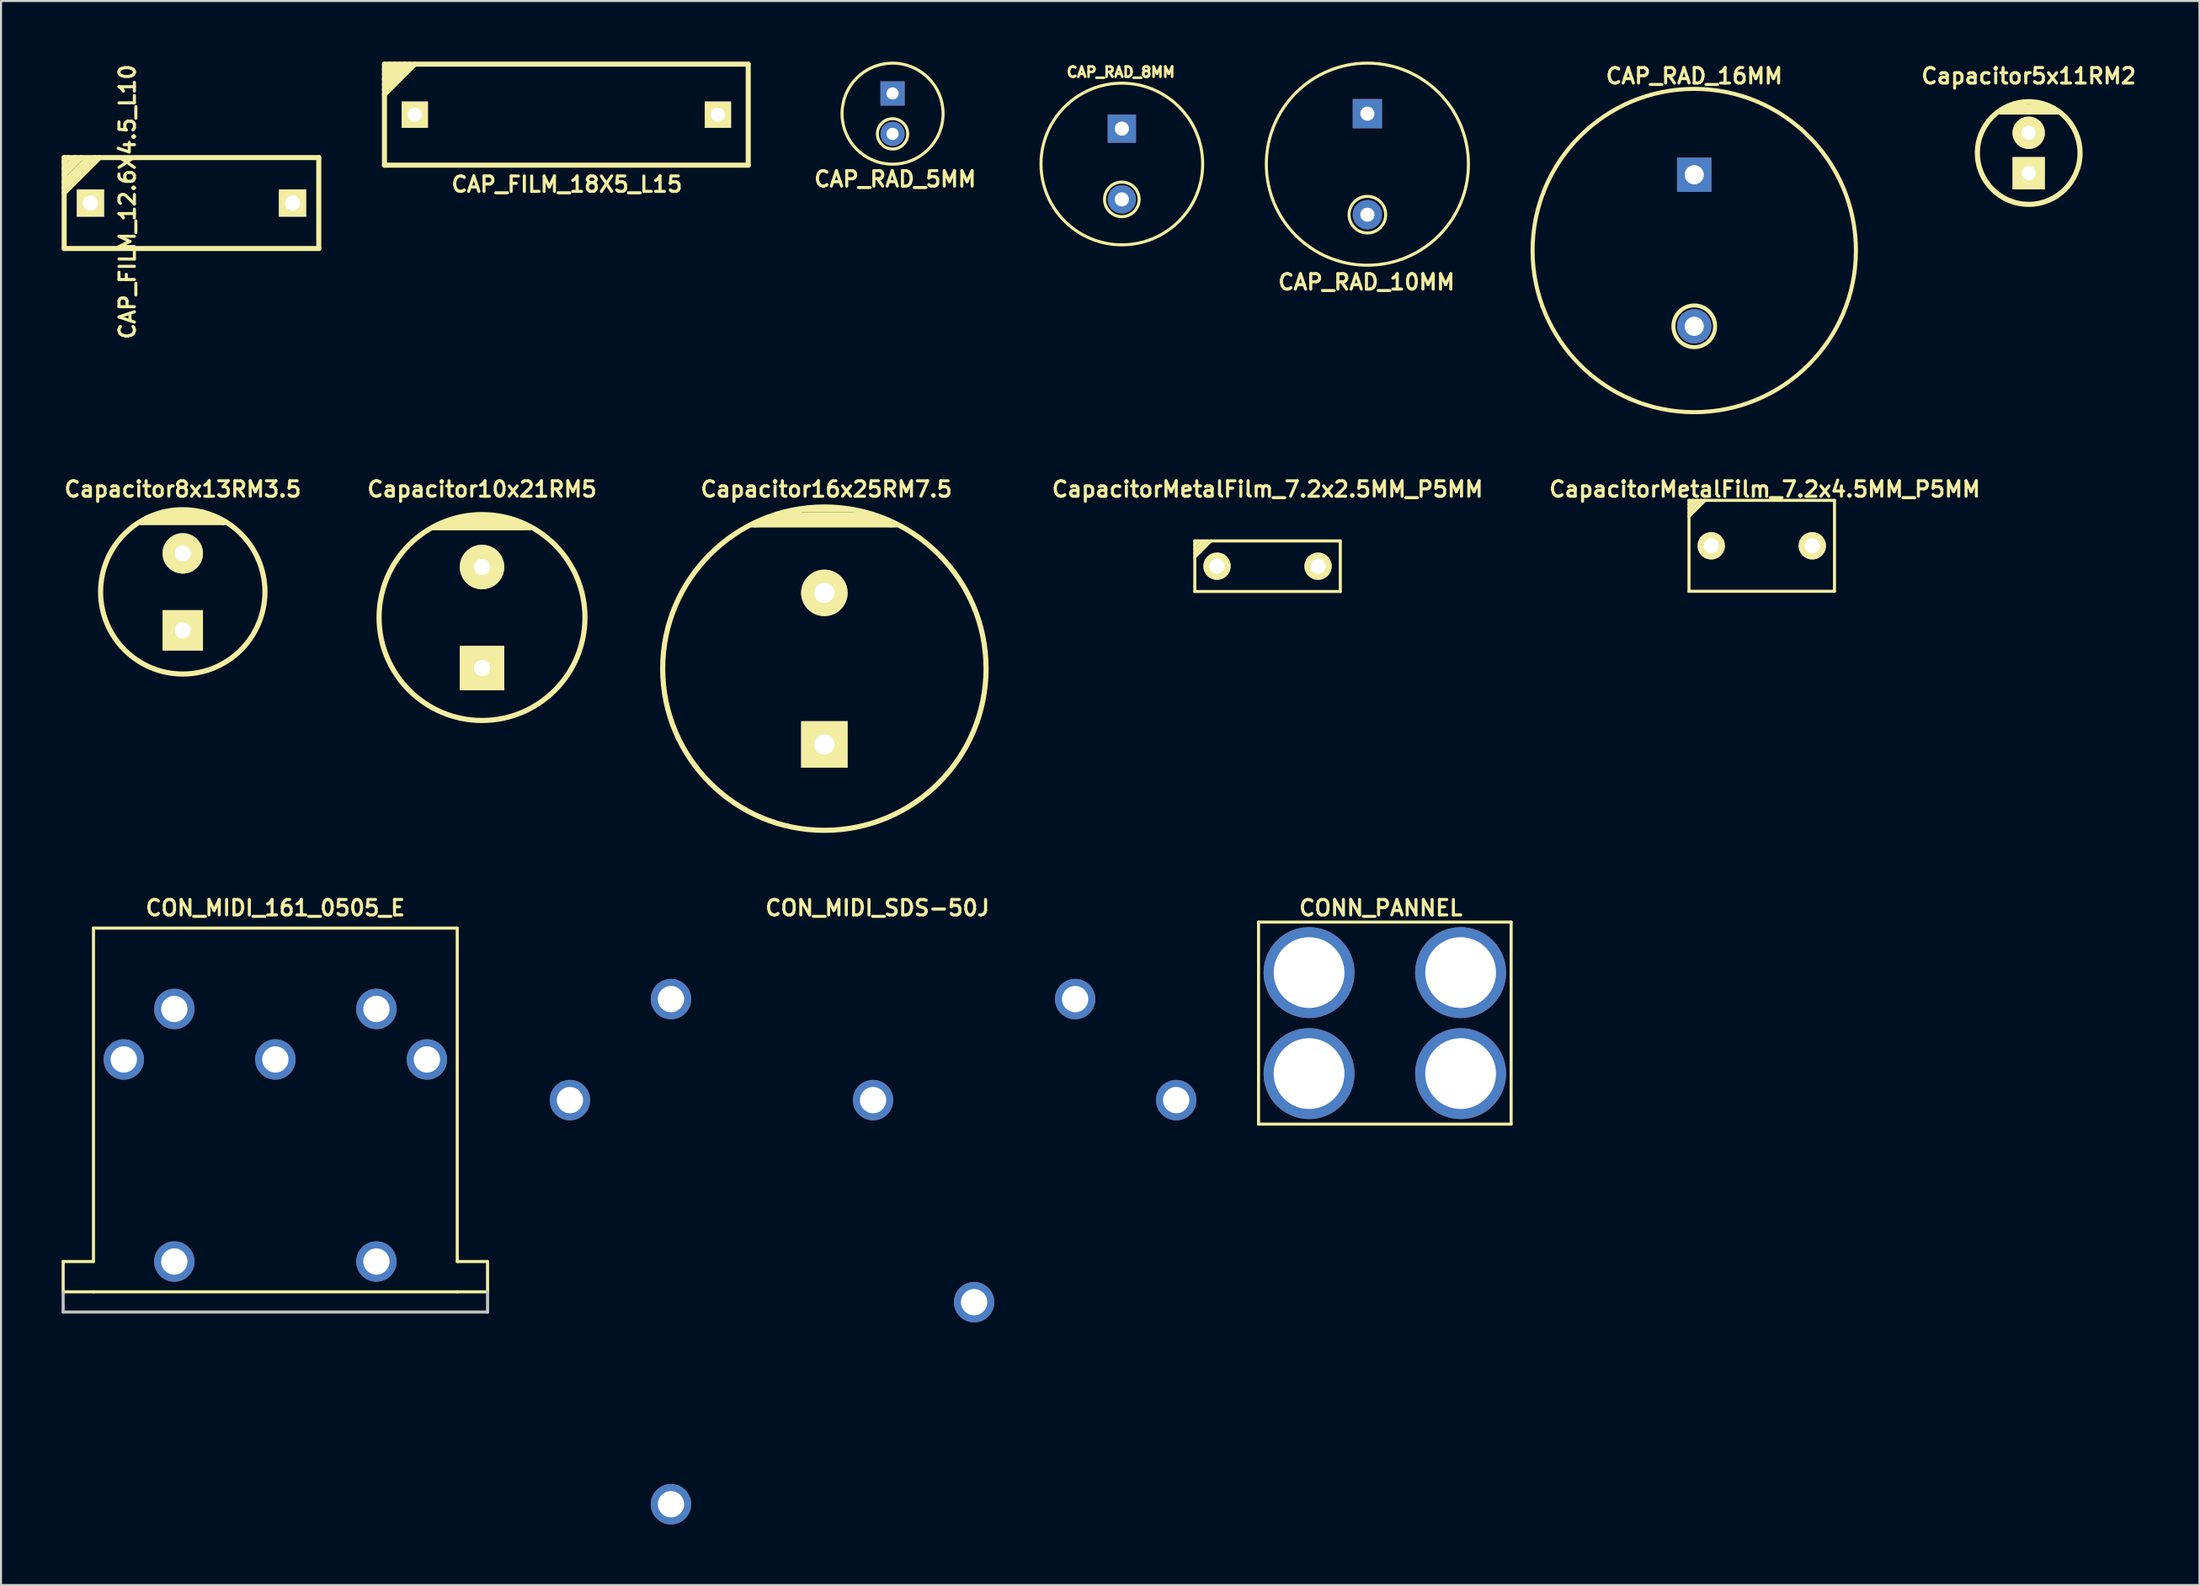
<source format=kicad_pcb>
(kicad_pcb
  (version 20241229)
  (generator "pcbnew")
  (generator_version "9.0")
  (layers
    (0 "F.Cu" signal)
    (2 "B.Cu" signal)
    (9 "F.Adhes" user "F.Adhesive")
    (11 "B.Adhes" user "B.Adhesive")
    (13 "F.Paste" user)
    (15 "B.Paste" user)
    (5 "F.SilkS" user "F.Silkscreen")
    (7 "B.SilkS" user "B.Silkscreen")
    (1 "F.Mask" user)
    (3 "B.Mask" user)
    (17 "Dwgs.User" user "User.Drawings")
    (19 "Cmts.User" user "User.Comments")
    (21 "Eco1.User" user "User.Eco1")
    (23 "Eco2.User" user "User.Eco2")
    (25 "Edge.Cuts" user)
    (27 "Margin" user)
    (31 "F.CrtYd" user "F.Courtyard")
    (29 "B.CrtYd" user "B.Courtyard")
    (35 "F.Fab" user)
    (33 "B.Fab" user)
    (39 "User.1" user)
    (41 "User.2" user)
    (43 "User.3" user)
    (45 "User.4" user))
  (footprint "CONN_PANNEL"
    (layer "F.Cu")
    (at 65.477 47.584)
    (property "Reference" "CONN_PANNEL" (at -0.2 -5.7 0) (layer "F.SilkS") (effects (font (size 0.762 0.762) (thickness 0.152))))
    (attr through_hole)
    (fp_line (start -6.25 -5) (end 6.25 -5) (stroke (width 0.15) (type solid)) (layer "F.SilkS"))
    (fp_line (start -6.25 5) (end -6.25 -5) (stroke (width 0.15) (type solid)) (layer "F.SilkS"))
    (fp_line (start 6.25 -5) (end 6.25 5) (stroke (width 0.15) (type solid)) (layer "F.SilkS"))
    (fp_line (start 6.25 5) (end -6.25 5) (stroke (width 0.15) (type solid)) (layer "F.SilkS"))
    (pad "1" thru_hole circle (at -3.75 -2.5 180) (size 4.5 4.5) (drill 3.5) (layers "*.Cu" "*.Mask"))
    (pad "1" thru_hole circle (at -3.75 2.5 180) (size 4.5 4.5) (drill 3.5) (layers "*.Cu" "*.Mask"))
    (pad "1" thru_hole circle (at 3.75 -2.5 180) (size 4.5 4.5) (drill 3.5) (layers "*.Cu" "*.Mask"))
    (pad "1" thru_hole circle (at 3.75 2.5 180) (size 4.5 4.5) (drill 3.5) (layers "*.Cu" "*.Mask")))
  (footprint "CAP_RAD_10MM"
    (layer "F.Cu")
    (at 64.613 5.075)
    (property "Reference" "CAP_RAD_10MM" (at -0.046 5.837 0) (layer "F.SilkS") (effects (font (size 0.762 0.762) (thickness 0.152))))
    (attr smd)
    (fp_circle (center 0 0) (end 5 0) (stroke (width 0.15) (type solid)) (fill no) (layer "F.SilkS"))
    (fp_circle (center 0 2.5) (end 0.9 2.4) (stroke (width 0.15) (type solid)) (fill no) (layer "F.SilkS"))
    (pad "1" thru_hole rect (at 0 -2.5 180) (size 1.45 1.45) (drill 0.7) (layers "*.Cu" "*.Mask"))
    (pad "2" thru_hole circle (at 0 2.5 180) (size 1.45 1.45) (drill 0.7) (layers "*.Cu" "*.Mask")))
  (footprint "CAP_RAD_16MM"
    (layer "F.Cu")
    (at 80.788 9.349)
    (property "Reference" "CAP_RAD_16MM" (at 0 -8.636 0) (layer "F.SilkS") (effects (font (size 0.762 0.762) (thickness 0.152))))
    (attr smd)
    (fp_circle (center 0 0) (end 8 0) (stroke (width 0.2) (type solid)) (fill no) (layer "F.SilkS"))
    (fp_circle (center 0 3.75) (end 1 3.5) (stroke (width 0.2) (type solid)) (fill no) (layer "F.SilkS"))
    (pad "1" thru_hole rect (at 0 -3.75 180) (size 1.7 1.7) (drill 0.95) (layers "*.Cu" "*.Mask"))
    (pad "2" thru_hole circle (at 0 3.75 180) (size 1.7 1.7) (drill 0.95) (layers "*.Cu" "*.Mask")))
  (footprint "CAP_RAD_5MM"
    (layer "F.Cu")
    (at 41.117 2.575)
    (property "Reference" "CAP_RAD_5MM" (at 0.127 3.239 0) (layer "F.SilkS") (effects (font (size 0.762 0.762) (thickness 0.152))))
    (attr smd)
    (fp_circle (center 0 0) (end 2.5 0) (stroke (width 0.15) (type solid)) (fill no) (layer "F.SilkS"))
    (fp_circle (center 0 1) (end 0.75 1) (stroke (width 0.15) (type solid)) (fill no) (layer "F.SilkS"))
    (pad "1" thru_hole rect (at 0 -1 180) (size 1.2 1.2) (drill 0.6) (layers "*.Cu" "*.Mask"))
    (pad "2" thru_hole circle (at 0 1 180) (size 1.2 1.2) (drill 0.6) (layers "*.Cu" "*.Mask")))
  (footprint "Capacitor8x13RM3.5"
    (layer "F.Cu")
    (at 5.994 26.242)
    (property "Reference" "Capacitor8x13RM3.5" (at 0 -5.08 0) (layer "F.SilkS") (effects (font (size 0.762 0.762) (thickness 0.152))))
    (attr through_hole)
    (fp_line (start -2.032 -3.429) (end -1.651 -3.556) (stroke (width 0.254) (type solid)) (layer "F.SilkS"))
    (fp_line (start -1.651 -3.556) (end 1.651 -3.556) (stroke (width 0.254) (type solid)) (layer "F.SilkS"))
    (fp_line (start -1.524 -3.683) (end 1.524 -3.683) (stroke (width 0.254) (type solid)) (layer "F.SilkS"))
    (fp_line (start -1.016 -3.81) (end 1.016 -3.81) (stroke (width 0.254) (type solid)) (layer "F.SilkS"))
    (fp_line (start 1.016 -3.937) (end -1.016 -3.937) (stroke (width 0.254) (type solid)) (layer "F.SilkS"))
    (fp_line (start 1.651 -3.556) (end 2.032 -3.429) (stroke (width 0.254) (type solid)) (layer "F.SilkS"))
    (fp_line (start 2.032 -3.429) (end -2.032 -3.429) (stroke (width 0.254) (type solid)) (layer "F.SilkS"))
    (fp_circle (center 0 0) (end -4.064 0.127) (stroke (width 0.254) (type solid)) (fill no) (layer "F.SilkS"))
    (pad "1" thru_hole rect (at 0 1.905) (size 1.999 1.999) (drill 0.8) (layers "*.Cu" "*.Mask" "F.SilkS"))
    (pad "2" thru_hole circle (at 0 -1.905) (size 1.999 1.999) (drill 0.8) (layers "*.Cu" "*.Mask" "F.SilkS")))
  (footprint "CAP_FILM_18X5_L15"
    (layer "F.Cu")
    (at 24.975 2.625)
    (property "Reference" "CAP_FILM_18X5_L15" (at 0.027 3.45 0) (layer "F.SilkS") (effects (font (size 0.762 0.762) (thickness 0.152))))
    (attr through_hole)
    (fp_line (start -9 -2.5) (end 9 -2.5) (stroke (width 0.25) (type solid)) (layer "F.SilkS"))
    (fp_line (start -9 -2.25) (end -8.75 -2.5) (stroke (width 0.25) (type solid)) (layer "F.SilkS"))
    (fp_line (start -9 -2) (end -8.5 -2.5) (stroke (width 0.25) (type solid)) (layer "F.SilkS"))
    (fp_line (start -9 -1.75) (end -8.25 -2.5) (stroke (width 0.25) (type solid)) (layer "F.SilkS"))
    (fp_line (start -9 -1.5) (end -8 -2.5) (stroke (width 0.25) (type solid)) (layer "F.SilkS"))
    (fp_line (start -9 -1.25) (end -7.75 -2.5) (stroke (width 0.25) (type solid)) (layer "F.SilkS"))
    (fp_line (start -9 -1) (end -7.5 -2.5) (stroke (width 0.25) (type solid)) (layer "F.SilkS"))
    (fp_line (start -9 2.5) (end -9 -2.5) (stroke (width 0.25) (type solid)) (layer "F.SilkS"))
    (fp_line (start -9 2.5) (end 9 2.5) (stroke (width 0.25) (type solid)) (layer "F.SilkS"))
    (fp_line (start 9 2.5) (end 9 -2.5) (stroke (width 0.25) (type solid)) (layer "F.SilkS"))
    (pad "1" thru_hole rect (at -7.5 0) (size 1.3 1.3) (drill 0.7) (layers "*.Cu" "*.Mask" "F.SilkS"))
    (pad "2" thru_hole rect (at 7.5 0) (size 1.3 1.3) (drill 0.7) (layers "*.Cu" "*.Mask" "F.SilkS")))
  (footprint "CAP_FILM_12.6X4.5_L10"
    (layer "F.Cu")
    (at 6.425 6.998)
    (property "Reference" "CAP_FILM_12.6X4.5_L10" (at -3.17 -0.06 90) (layer "F.SilkS") (effects (font (size 0.762 0.762) (thickness 0.152))))
    (attr through_hole)
    (fp_line (start -6.3 -2.25) (end 6.3 -2.25) (stroke (width 0.25) (type solid)) (layer "F.SilkS"))
    (fp_line (start -6.3 -2.05) (end -6.1 -2.25) (stroke (width 0.25) (type solid)) (layer "F.SilkS"))
    (fp_line (start -6.3 -1.4) (end -5.45 -2.25) (stroke (width 0.25) (type solid)) (layer "F.SilkS"))
    (fp_line (start -6.3 -0.75) (end -4.8 -2.25) (stroke (width 0.25) (type solid)) (layer "F.SilkS"))
    (fp_line (start -6.3 -0.5) (end -4.55 -2.25) (stroke (width 0.25) (type solid)) (layer "F.SilkS"))
    (fp_line (start -6.3 2.25) (end -6.3 -2.25) (stroke (width 0.25) (type solid)) (layer "F.SilkS"))
    (fp_line (start -5.75 -2.25) (end -6.3 -1.7) (stroke (width 0.25) (type solid)) (layer "F.SilkS"))
    (fp_line (start -5.15 -2.2) (end -6.3 -1.05) (stroke (width 0.25) (type solid)) (layer "F.SilkS"))
    (fp_line (start 6.3 -2.25) (end 6.3 2.25) (stroke (width 0.25) (type solid)) (layer "F.SilkS"))
    (fp_line (start 6.3 2.25) (end -6.3 2.25) (stroke (width 0.25) (type solid)) (layer "F.SilkS"))
    (pad "1" thru_hole rect (at -5 0) (size 1.35 1.35) (drill 0.75) (layers "*.Cu" "*.Mask" "F.SilkS"))
    (pad "2" thru_hole rect (at 5 0) (size 1.35 1.35) (drill 0.75) (layers "*.Cu" "*.Mask" "F.SilkS")))
  (footprint "CAP_RAD_8MM"
    (layer "F.Cu")
    (at 52.463 5.067)
    (property "Reference" "CAP_RAD_8MM" (at -0.051 -4.547 0) (layer "F.SilkS") (effects (font (size 0.508 0.508) (thickness 0.127))))
    (attr smd)
    (fp_circle (center 0 0) (end 4 0) (stroke (width 0.15) (type solid)) (fill no) (layer "F.SilkS"))
    (fp_circle (center 0 1.75) (end 0.85 1.65) (stroke (width 0.15) (type solid)) (fill no) (layer "F.SilkS"))
    (pad "1" thru_hole rect (at 0 -1.75 180) (size 1.4 1.4) (drill 0.7) (layers "*.Cu" "*.Mask"))
    (pad "2" thru_hole circle (at 0 1.75 180) (size 1.4 1.4) (drill 0.7) (layers "*.Cu" "*.Mask")))
  (footprint "CON_MIDI_161_0505_E"
    (layer "F.Cu")
    (at 10.576 61.884)
    (property "Reference" "CON_MIDI_161_0505_E" (at 0 -20 0) (layer "F.SilkS") (effects (font (size 0.762 0.762) (thickness 0.152))))
    (attr smd)
    (fp_line (start -10.5 -2.5) (end -9 -2.5) (stroke (width 0.152) (type solid)) (layer "F.SilkS"))
    (fp_line (start -10.5 -1) (end -10.5 -2.5) (stroke (width 0.152) (type solid)) (layer "F.SilkS"))
    (fp_line (start -9 -19) (end 9 -19) (stroke (width 0.152) (type solid)) (layer "F.SilkS"))
    (fp_line (start -9 -2.5) (end -9 -19) (stroke (width 0.152) (type solid)) (layer "F.SilkS"))
    (fp_line (start -9 -1) (end -10.5 -1) (stroke (width 0.152) (type solid)) (layer "F.SilkS"))
    (fp_line (start -9 -1) (end 9 -1) (stroke (width 0.152) (type solid)) (layer "F.SilkS"))
    (fp_line (start 9 -2.5) (end 9 -19) (stroke (width 0.152) (type solid)) (layer "F.SilkS"))
    (fp_line (start 9 -2.5) (end 10.5 -2.5) (stroke (width 0.152) (type solid)) (layer "F.SilkS"))
    (fp_line (start 9 -1) (end 10.5 -1) (stroke (width 0.152) (type solid)) (layer "F.SilkS"))
    (fp_line (start 10.5 -1) (end 10.5 -2.5) (stroke (width 0.152) (type solid)) (layer "F.SilkS"))
    (fp_line (start -10.5 -1) (end -10.5 0) (stroke (width 0.152) (type solid)) (layer "Dwgs.User"))
    (fp_line (start 10.5 -1) (end 10.5 0) (stroke (width 0.152) (type solid)) (layer "Dwgs.User"))
    (fp_line (start 10.5 0) (end -10.5 0) (stroke (width 0.152) (type solid)) (layer "Dwgs.User"))
    (pad "1" thru_hole circle (at 7.5 -12.5) (size 2 2) (drill 1.3) (layers "*.Cu" "*.Mask"))
    (pad "2" thru_hole circle (at 0 -12.5) (size 2 2) (drill 1.3) (layers "*.Cu" "*.Mask"))
    (pad "3" thru_hole circle (at -7.5 -12.5) (size 2 2) (drill 1.3) (layers "*.Cu" "*.Mask"))
    (pad "4" thru_hole circle (at 5 -15) (size 2 2) (drill 1.3) (layers "*.Cu" "*.Mask"))
    (pad "5" thru_hole circle (at -5 -15) (size 2 2) (drill 1.3) (layers "*.Cu" "*.Mask"))
    (pad "6" thru_hole circle (at -5 -2.5) (size 2 2) (drill 1.3) (layers "*.Cu" "*.Mask"))
    (pad "7" thru_hole circle (at 5 -2.5) (size 2 2) (drill 1.3) (layers "*.Cu" "*.Mask")))
  (footprint "CapacitorMetalFilm_7.2x4.5MM_P5MM"
    (layer "F.Cu")
    (at 84.128 23.962)
    (property "Reference" "CapacitorMetalFilm_7.2x4.5MM_P5MM" (at 0.15 -2.8 0) (layer "F.SilkS") (effects (font (size 0.762 0.762) (thickness 0.152))))
    (attr through_hole)
    (fp_line (start -3.6 -2.25) (end 3.6 -2.25) (stroke (width 0.152) (type solid)) (layer "F.SilkS"))
    (fp_line (start -3.6 -2.05) (end -3.4 -2.25) (stroke (width 0.152) (type solid)) (layer "F.SilkS"))
    (fp_line (start -3.6 -1.85) (end -3.2 -2.25) (stroke (width 0.152) (type solid)) (layer "F.SilkS"))
    (fp_line (start -3.6 -1.65) (end -3 -2.25) (stroke (width 0.152) (type solid)) (layer "F.SilkS"))
    (fp_line (start -3.6 -1.45) (end -2.8 -2.25) (stroke (width 0.152) (type solid)) (layer "F.SilkS"))
    (fp_line (start -3.6 2.25) (end -3.6 -2.25) (stroke (width 0.152) (type solid)) (layer "F.SilkS"))
    (fp_line (start 3.6 -2.25) (end 3.6 2.25) (stroke (width 0.152) (type solid)) (layer "F.SilkS"))
    (fp_line (start 3.6 2.25) (end -3.6 2.25) (stroke (width 0.152) (type solid)) (layer "F.SilkS"))
    (pad "1" thru_hole circle (at -2.5 0) (size 1.35 1.35) (drill 0.75) (layers "*.Cu" "*.Mask" "F.SilkS"))
    (pad "2" thru_hole circle (at 2.5 0) (size 1.35 1.35) (drill 0.75) (layers "*.Cu" "*.Mask" "F.SilkS")))
  (footprint "Capacitor16x25RM7.5"
    (layer "F.Cu")
    (at 37.743 30.042)
    (property "Reference" "Capacitor16x25RM7.5" (at 0.1 -8.88 0) (layer "F.SilkS") (effects (font (size 0.762 0.762) (thickness 0.152))))
    (attr through_hole)
    (fp_line (start -3.429 -7.112) (end -1.27 -7.747) (stroke (width 0.254) (type solid)) (layer "F.SilkS"))
    (fp_line (start -2.794 -7.366) (end -2.667 -7.366) (stroke (width 0.254) (type solid)) (layer "F.SilkS"))
    (fp_line (start -2.794 -7.239) (end -1.905 -7.239) (stroke (width 0.254) (type solid)) (layer "F.SilkS"))
    (fp_line (start -2.159 -7.62) (end 2.159 -7.62) (stroke (width 0.254) (type solid)) (layer "F.SilkS"))
    (fp_line (start -2.032 -7.493) (end 2.032 -7.493) (stroke (width 0.254) (type solid)) (layer "F.SilkS"))
    (fp_line (start 1.397 -7.874) (end -1.27 -7.874) (stroke (width 0.254) (type solid)) (layer "F.SilkS"))
    (fp_line (start 2.794 -7.366) (end -2.794 -7.366) (stroke (width 0.254) (type solid)) (layer "F.SilkS"))
    (fp_line (start 2.921 -7.239) (end -2.794 -7.239) (stroke (width 0.254) (type solid)) (layer "F.SilkS"))
    (fp_line (start 3.302 -7.112) (end 2.159 -7.493) (stroke (width 0.254) (type solid)) (layer "F.SilkS"))
    (fp_line (start 3.556 -7.112) (end -3.556 -7.112) (stroke (width 0.254) (type solid)) (layer "F.SilkS"))
    (fp_circle (center 0 0) (end 8.001 0) (stroke (width 0.254) (type solid)) (fill no) (layer "F.SilkS"))
    (pad "1" thru_hole rect (at 0 3.75) (size 2.3 2.3) (drill 1) (layers "*.Cu" "*.Mask" "F.SilkS"))
    (pad "2" thru_hole circle (at 0 -3.75) (size 2.3 2.3) (drill 1) (layers "*.Cu" "*.Mask" "F.SilkS")))
  (footprint "CapacitorMetalFilm_7.2x2.5MM_P5MM"
    (layer "F.Cu")
    (at 59.673 24.972)
    (property "Reference" "CapacitorMetalFilm_7.2x2.5MM_P5MM" (at 0 -3.81 0) (layer "F.SilkS") (effects (font (size 0.762 0.762) (thickness 0.152))))
    (attr through_hole)
    (fp_line (start -3.6 -1.25) (end 3.6 -1.25) (stroke (width 0.152) (type solid)) (layer "F.SilkS"))
    (fp_line (start -3.6 -1.05) (end -3.4 -1.25) (stroke (width 0.152) (type solid)) (layer "F.SilkS"))
    (fp_line (start -3.6 -0.85) (end -3.2 -1.25) (stroke (width 0.152) (type solid)) (layer "F.SilkS"))
    (fp_line (start -3.6 -0.65) (end -3 -1.25) (stroke (width 0.152) (type solid)) (layer "F.SilkS"))
    (fp_line (start -3.6 -0.45) (end -2.8 -1.25) (stroke (width 0.152) (type solid)) (layer "F.SilkS"))
    (fp_line (start -3.6 1.25) (end -3.6 -1.25) (stroke (width 0.152) (type solid)) (layer "F.SilkS"))
    (fp_line (start 3.6 -1.25) (end 3.6 1.25) (stroke (width 0.152) (type solid)) (layer "F.SilkS"))
    (fp_line (start 3.6 1.25) (end -3.6 1.25) (stroke (width 0.152) (type solid)) (layer "F.SilkS"))
    (pad "1" thru_hole circle (at -2.5 0) (size 1.35 1.35) (drill 0.75) (layers "*.Cu" "*.Mask" "F.SilkS"))
    (pad "2" thru_hole circle (at 2.5 0) (size 1.35 1.35) (drill 0.75) (layers "*.Cu" "*.Mask" "F.SilkS")))
  (footprint "Capacitor10x21RM5"
    (layer "F.Cu")
    (at 20.802 27.512)
    (property "Reference" "Capacitor10x21RM5" (at 0 -6.35 0) (layer "F.SilkS") (effects (font (size 0.762 0.762) (thickness 0.152))))
    (attr through_hole)
    (fp_line (start -2.413 -4.445) (end 2.413 -4.445) (stroke (width 0.254) (type solid)) (layer "F.SilkS"))
    (fp_line (start -2.032 -4.445) (end -1.651 -4.572) (stroke (width 0.254) (type solid)) (layer "F.SilkS"))
    (fp_line (start -1.651 -4.572) (end 1.651 -4.572) (stroke (width 0.254) (type solid)) (layer "F.SilkS"))
    (fp_line (start -1.524 -4.699) (end 1.524 -4.699) (stroke (width 0.254) (type solid)) (layer "F.SilkS"))
    (fp_line (start -1.016 -4.826) (end 1.016 -4.826) (stroke (width 0.254) (type solid)) (layer "F.SilkS"))
    (fp_line (start 1.016 -4.953) (end -1.016 -4.953) (stroke (width 0.254) (type solid)) (layer "F.SilkS"))
    (fp_line (start 1.143 -4.826) (end -1.143 -4.826) (stroke (width 0.254) (type solid)) (layer "F.SilkS"))
    (fp_line (start 1.651 -4.572) (end 2.032 -4.445) (stroke (width 0.254) (type solid)) (layer "F.SilkS"))
    (fp_line (start 2.032 -4.445) (end -2.032 -4.445) (stroke (width 0.254) (type solid)) (layer "F.SilkS"))
    (fp_circle (center 0 0) (end 5.08 0.381) (stroke (width 0.254) (type solid)) (fill no) (layer "F.SilkS"))
    (pad "1" thru_hole rect (at 0 2.5) (size 2.2 2.2) (drill 0.8) (layers "*.Cu" "*.Mask" "F.SilkS"))
    (pad "2" thru_hole circle (at 0 -2.5) (size 2.2 2.2) (drill 0.8) (layers "*.Cu" "*.Mask" "F.SilkS")))
  (footprint "Capacitor5x11RM2"
    (layer "F.Cu")
    (at 97.338 4.523)
    (property "Reference" "Capacitor5x11RM2" (at 0 -3.81 0) (layer "F.SilkS") (effects (font (size 0.762 0.762) (thickness 0.152))))
    (attr through_hole)
    (fp_line (start -1.524 -2.032) (end 1.524 -2.032) (stroke (width 0.254) (type solid)) (layer "F.SilkS"))
    (fp_line (start -1.016 -2.286) (end -1.016 -2.159) (stroke (width 0.254) (type solid)) (layer "F.SilkS"))
    (fp_line (start -1.016 -2.159) (end 1.016 -2.159) (stroke (width 0.254) (type solid)) (layer "F.SilkS"))
    (fp_line (start 1.016 -2.286) (end -1.016 -2.286) (stroke (width 0.254) (type solid)) (layer "F.SilkS"))
    (fp_circle (center 0 0) (end -2.54 0) (stroke (width 0.254) (type solid)) (fill no) (layer "F.SilkS"))
    (pad "1" thru_hole rect (at 0 1) (size 1.6 1.6) (drill 0.7) (layers "*.Cu" "*.Mask" "F.SilkS"))
    (pad "2" thru_hole circle (at 0 -1) (size 1.6 1.6) (drill 0.7) (layers "*.Cu" "*.Mask" "F.SilkS")))
  (footprint "CON_MIDI_SDS-50J"
    (layer "F.Cu")
    (at 40.152 51.396)
    (property "Reference" "CON_MIDI_SDS-50J" (at 0.216 -9.512 0) (layer "F.SilkS") (effects (font (size 0.762 0.762) (thickness 0.152))))
    (attr smd)
    (pad "1" thru_hole circle (at 15 0) (size 2 2) (drill 1.3) (layers "*.Cu" "*.Mask"))
    (pad "2" thru_hole circle (at 0 0) (size 2 2) (drill 1.3) (layers "*.Cu" "*.Mask"))
    (pad "3" thru_hole circle (at -15 0) (size 2 2) (drill 1.3) (layers "*.Cu" "*.Mask"))
    (pad "4" thru_hole circle (at 10 -5) (size 2 2) (drill 1.3) (layers "*.Cu" "*.Mask"))
    (pad "5" thru_hole circle (at -10 -5) (size 2 2) (drill 1.3) (layers "*.Cu" "*.Mask"))
    (pad "6" thru_hole circle (at -10 20) (size 2 2) (drill 1.3) (layers "*.Cu" "*.Mask"))
    (pad "7" thru_hole circle (at 5 10) (size 2 2) (drill 1.3) (layers "*.Cu" "*.Mask")))
  (gr_rect
    (start -3 -3)
    (end 105.788 75.396)
    (stroke (width 0.1) (type default))
    (fill no)
    (layer "Edge.Cuts")))
</source>
